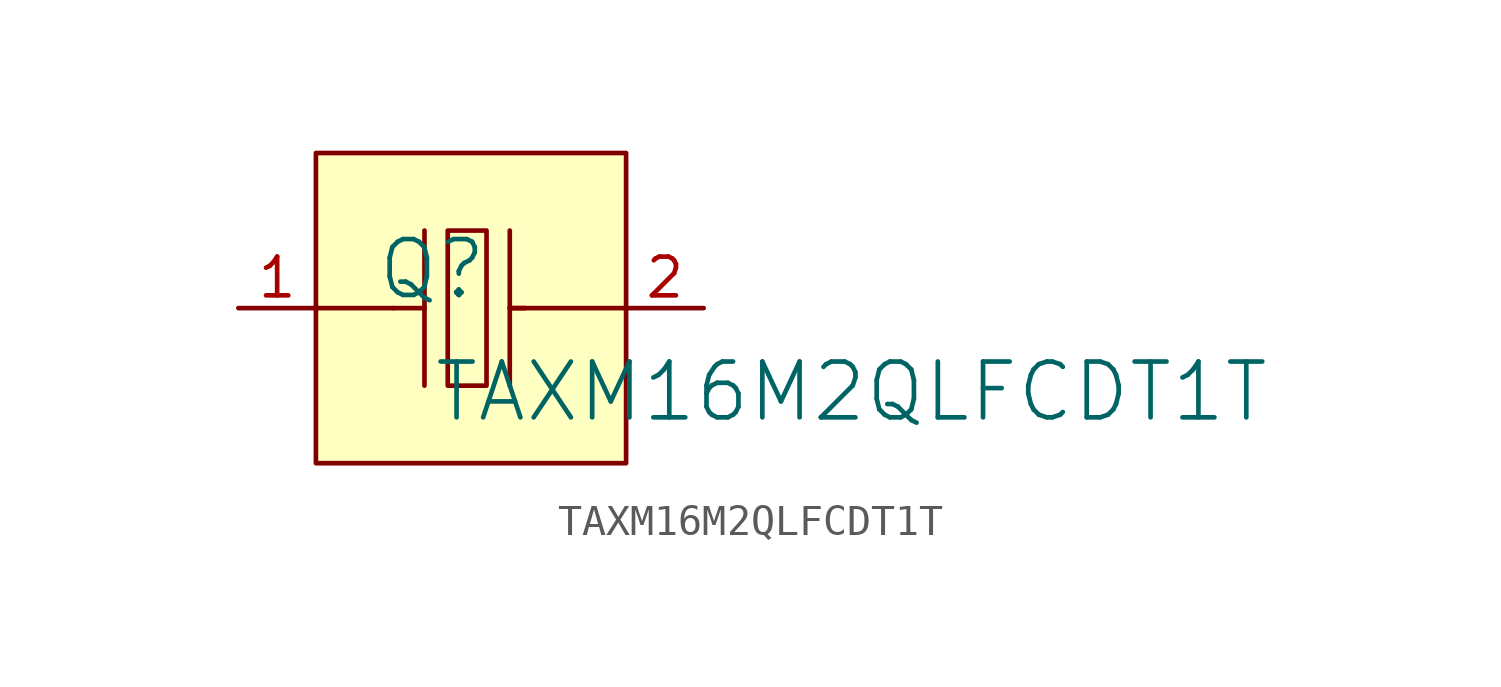
<source format=kicad_sym>
(kicad_symbol_lib
  (version 20241209)
  (generator "kicad_symbol_editor")
  (generator_version "9.0")
  (symbol "TAXM16M2QLFCDT1T"
    (pin_names
      (hide yes))
    (property "Reference" "Q"
      (at -1.27 1.27 0)
      (effects (font (size 1.829 1.829))))
    (property "Value" "TAXM16M2QLFCDT1T"
      (at -1.27 -3.81 0)
      (effects (font (size 1.829 1.829)) (justify left bottom)))
    (symbol "TAXM16M2QLFCDT1T_1_0"
      (polyline (pts (xy -2.54 0) (xy -5.08 0)) (stroke (width 0) (type solid)) (fill (type none)))
      (polyline (pts (xy -2.54 0) (xy -1.524 0)) (stroke (width 0) (type solid)) (fill (type none)))
      (polyline (pts (xy -1.524 2.54) (xy -1.524 -2.54)) (stroke (width 0) (type solid)) (fill (type none)))
      (polyline (pts (xy -0.762 2.54) (xy -0.762 -2.54) (xy 0.508 -2.54) (xy 0.508 2.54) (xy -0.762 2.54)) (stroke (width 0) (type solid)) (fill (type none)))
      (polyline (pts (xy 1.27 2.54) (xy 1.27 -2.54)) (stroke (width 0) (type solid)) (fill (type none)))
      (polyline (pts (xy 1.27 0) (xy 5.08 0)) (stroke (width 0) (type solid)) (fill (type none)))
      (polyline (pts (xy 1.778 0) (xy 1.27 0)) (stroke (width 0) (type solid)) (fill (type none)))
      (rectangle (start 5.08 5.08) (end -5.08 -5.08) (stroke (width 0) (type solid) (color 128 0 0 1)) (fill (type background)))
      (pin passive line (at -7.62 0 0) (length 2.54) (name "" (effects (font (size 1.27 1.27)))) (number "1" (effects (font (size 1.27 1.27)))))
      (pin passive line (at 7.62 0 180) (length 2.54) (name "NC" (effects (font (size 1.27 1.27)))) (number "2" (effects (font (size 1.27 1.27))))))))
</source>
